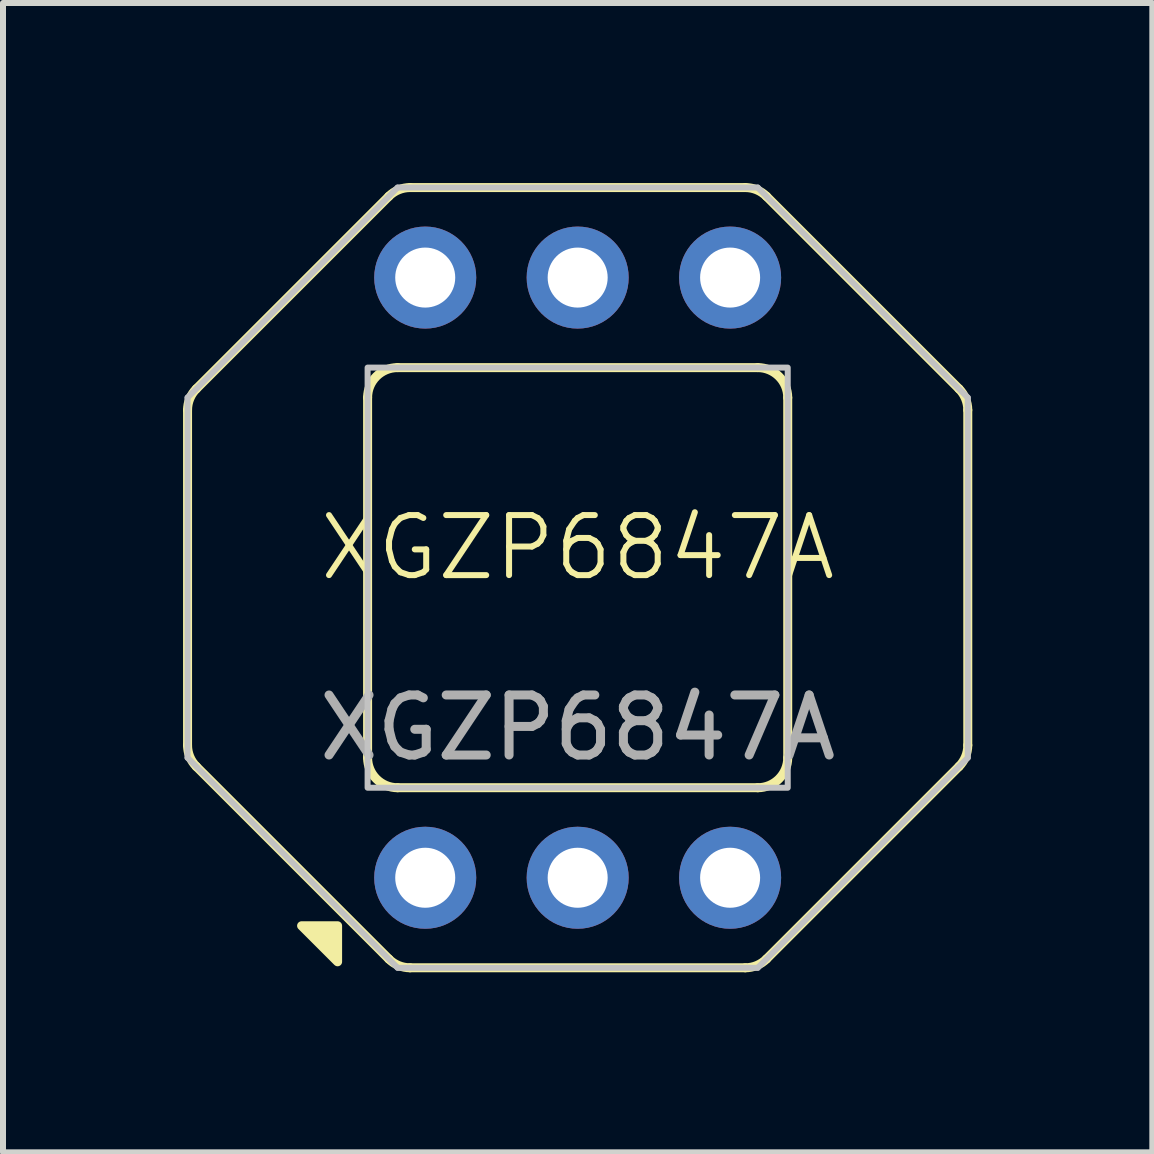
<source format=kicad_pcb>
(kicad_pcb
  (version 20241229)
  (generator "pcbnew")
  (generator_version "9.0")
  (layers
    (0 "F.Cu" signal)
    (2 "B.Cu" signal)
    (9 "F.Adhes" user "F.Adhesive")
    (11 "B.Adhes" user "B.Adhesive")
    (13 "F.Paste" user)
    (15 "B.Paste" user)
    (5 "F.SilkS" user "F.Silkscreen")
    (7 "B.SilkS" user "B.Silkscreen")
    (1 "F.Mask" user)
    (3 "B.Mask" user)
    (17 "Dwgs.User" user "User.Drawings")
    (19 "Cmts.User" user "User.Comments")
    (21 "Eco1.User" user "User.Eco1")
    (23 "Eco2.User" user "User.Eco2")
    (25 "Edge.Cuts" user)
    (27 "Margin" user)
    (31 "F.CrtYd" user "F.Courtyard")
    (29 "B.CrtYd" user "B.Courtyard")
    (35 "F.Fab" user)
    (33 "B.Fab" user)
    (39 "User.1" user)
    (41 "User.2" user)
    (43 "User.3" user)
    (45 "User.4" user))
  (footprint "XGZP6847A"
    (layer "F.Cu")
    (at 6.575 6.575)
    (property "Reference" "XGZP6847A" (at 0 -0.5 0) (unlocked yes) (layer "F.SilkS") (effects (font (size 1 1) (thickness 0.1))))
    (attr smd)
    (fp_line (start -6.5 2.793) (end -6.5 -2.793) (stroke (width 0.15) (type default)) (layer "F.SilkS"))
    (fp_line (start -6.354 3.146) (end -3.146 6.354) (stroke (width 0.15) (type default)) (layer "F.SilkS"))
    (fp_line (start -3.5 3) (end -3.5 -3) (stroke (width 0.15) (type default)) (layer "F.SilkS"))
    (fp_line (start -3.146 -6.354) (end -6.354 -3.146) (stroke (width 0.15) (type default)) (layer "F.SilkS"))
    (fp_line (start -3 -3.5) (end 3 -3.5) (stroke (width 0.15) (type default)) (layer "F.SilkS"))
    (fp_line (start -2.793 -6.5) (end 2.793 -6.5) (stroke (width 0.15) (type default)) (layer "F.SilkS"))
    (fp_line (start 2.793 6.5) (end -2.793 6.5) (stroke (width 0.15) (type default)) (layer "F.SilkS"))
    (fp_line (start 3 3.5) (end -3 3.5) (stroke (width 0.15) (type default)) (layer "F.SilkS"))
    (fp_line (start 3.146 6.354) (end 6.354 3.146) (stroke (width 0.15) (type default)) (layer "F.SilkS"))
    (fp_line (start 3.5 -3) (end 3.5 3) (stroke (width 0.15) (type default)) (layer "F.SilkS"))
    (fp_line (start 6.354 -3.146) (end 3.146 -6.354) (stroke (width 0.15) (type default)) (layer "F.SilkS"))
    (fp_line (start 6.5 -2.793) (end 6.5 2.793) (stroke (width 0.15) (type default)) (layer "F.SilkS"))
    (fp_arc (start -6.5 -2.792893) (mid -6.46194 -2.984235) (end -6.353554 -3.146446) (stroke (width 0.15) (type default)) (layer "F.SilkS"))
    (fp_arc (start -6.353553 3.146447) (mid -6.46194 2.984235) (end -6.5 2.792893) (stroke (width 0.15) (type default)) (layer "F.SilkS"))
    (fp_arc (start -3.5 -3) (mid -3.353553 -3.353553) (end -3 -3.5) (stroke (width 0.15) (type default)) (layer "F.SilkS"))
    (fp_arc (start -3.146447 -6.353553) (mid -2.984235 -6.46194) (end -2.792893 -6.5) (stroke (width 0.15) (type default)) (layer "F.SilkS"))
    (fp_arc (start -3 3.5) (mid -3.353553 3.353553) (end -3.5 3) (stroke (width 0.15) (type default)) (layer "F.SilkS"))
    (fp_arc (start -2.792893 6.5) (mid -2.984234 6.46194) (end -3.146446 6.353554) (stroke (width 0.15) (type default)) (layer "F.SilkS"))
    (fp_arc (start 2.792893 -6.5) (mid 2.984236 -6.461942) (end 3.146446 -6.353554) (stroke (width 0.15) (type default)) (layer "F.SilkS"))
    (fp_arc (start 3 -3.5) (mid 3.353553 -3.353553) (end 3.5 -3) (stroke (width 0.15) (type default)) (layer "F.SilkS"))
    (fp_arc (start 3.146447 6.353553) (mid 2.984235 6.461937) (end 2.792893 6.5) (stroke (width 0.15) (type default)) (layer "F.SilkS"))
    (fp_arc (start 3.5 3) (mid 3.353553 3.353553) (end 3 3.5) (stroke (width 0.15) (type default)) (layer "F.SilkS"))
    (fp_arc (start 6.353553 -3.146447) (mid 6.46194 -2.984235) (end 6.5 -2.792893) (stroke (width 0.15) (type default)) (layer "F.SilkS"))
    (fp_arc (start 6.5 2.792893) (mid 6.461942 2.984236) (end 6.353554 3.146446) (stroke (width 0.15) (type default)) (layer "F.SilkS"))
    (fp_poly (pts (xy -4 6.4) (xy -4 5.8) (xy -4.6 5.8)) (stroke (width 0.15) (type solid)) (fill yes) (layer "F.SilkS"))
    (fp_line (start -6.5 3) (end -6.5 -3) (stroke (width 0.1) (type default)) (layer "Dwgs.User"))
    (fp_line (start -6.5 3) (end -3 6.5) (stroke (width 0.1) (type default)) (layer "Dwgs.User"))
    (fp_line (start -3 -6.5) (end -6.5 -3) (stroke (width 0.1) (type default)) (layer "Dwgs.User"))
    (fp_line (start -3 -6.5) (end 3 -6.5) (stroke (width 0.1) (type default)) (layer "Dwgs.User"))
    (fp_line (start 3 6.5) (end -3 6.5) (stroke (width 0.1) (type default)) (layer "Dwgs.User"))
    (fp_line (start 3 6.5) (end 6.5 3) (stroke (width 0.1) (type default)) (layer "Dwgs.User"))
    (fp_line (start 6.5 -3) (end 3 -6.5) (stroke (width 0.1) (type default)) (layer "Dwgs.User"))
    (fp_line (start 6.5 -3) (end 6.5 3) (stroke (width 0.1) (type default)) (layer "Dwgs.User"))
    (fp_rect (start -3.5 -3.5) (end 3.5 3.5) (stroke (width 0.1) (type default)) (fill no) (layer "Dwgs.User"))
    (fp_text user "${REFERENCE}" (at 0 2.5 0) (unlocked yes) (layer "F.Fab") (effects (font (size 1 1) (thickness 0.15))))
    (pad "1" thru_hole circle (at -2.54 5) (size 1.7 1.7) (drill 1) (layers "*.Cu" "*.Mask"))
    (pad "2" thru_hole circle (at 0 5) (size 1.7 1.7) (drill 1) (layers "*.Cu" "*.Mask"))
    (pad "3" thru_hole circle (at 2.54 5) (size 1.7 1.7) (drill 1) (layers "*.Cu" "*.Mask"))
    (pad "4" thru_hole circle (at 2.54 -5) (size 1.7 1.7) (drill 1) (layers "*.Cu" "*.Mask"))
    (pad "5" thru_hole circle (at 0 -5) (size 1.7 1.7) (drill 1) (layers "*.Cu" "*.Mask"))
    (pad "6" thru_hole circle (at -2.54 -5) (size 1.7 1.7) (drill 1) (layers "*.Cu" "*.Mask")))
  (gr_rect
    (start -3 -3)
    (end 16.15 16.15)
    (stroke (width 0.1) (type default))
    (fill no)
    (layer "Edge.Cuts")))
</source>
